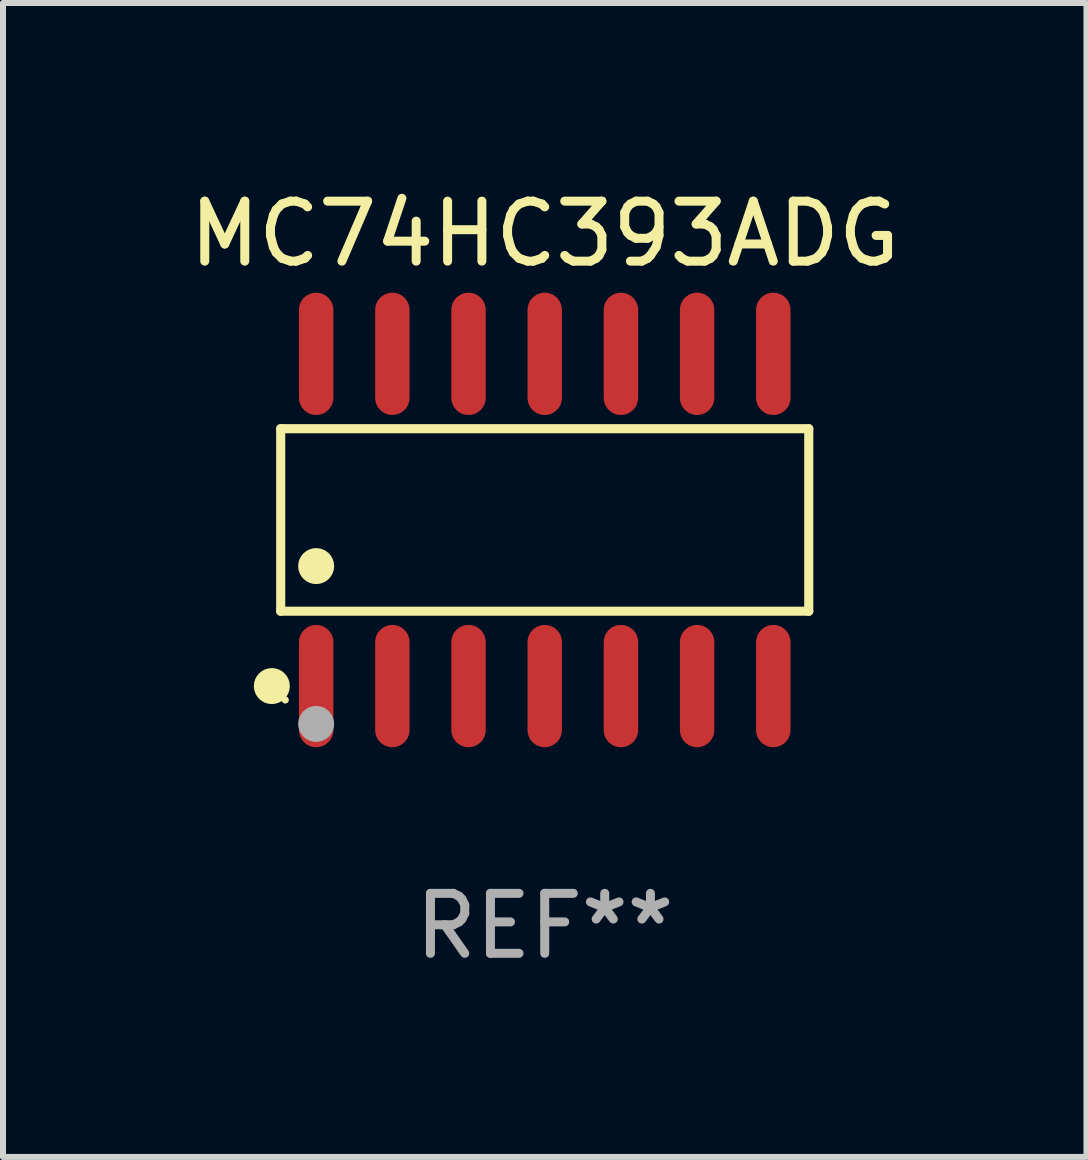
<source format=kicad_pcb>
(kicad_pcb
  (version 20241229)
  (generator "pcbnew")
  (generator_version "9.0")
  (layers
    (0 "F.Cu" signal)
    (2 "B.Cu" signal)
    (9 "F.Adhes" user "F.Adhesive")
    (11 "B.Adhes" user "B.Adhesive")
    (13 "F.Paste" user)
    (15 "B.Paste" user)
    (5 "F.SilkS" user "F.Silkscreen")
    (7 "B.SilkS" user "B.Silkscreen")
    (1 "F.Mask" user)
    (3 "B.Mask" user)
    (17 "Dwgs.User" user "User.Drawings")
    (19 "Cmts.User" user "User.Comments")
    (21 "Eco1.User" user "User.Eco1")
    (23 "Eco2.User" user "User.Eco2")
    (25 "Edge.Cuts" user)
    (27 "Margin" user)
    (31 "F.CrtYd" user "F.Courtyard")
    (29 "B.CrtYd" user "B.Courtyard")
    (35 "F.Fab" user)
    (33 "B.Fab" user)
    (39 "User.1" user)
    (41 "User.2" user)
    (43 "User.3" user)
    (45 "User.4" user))
  (footprint "MC74HC393ADG"
    (layer "F.Cu")
    (at 6.03 5.617)
    (property "Reference" "MC74HC393ADG" (at 0 -4.769 0) (layer "F.SilkS") (effects (font (size 1 1) (thickness 0.15))))
    (attr through_hole)
    (fp_line (start -4.401 -1.521) (end 4.401 -1.521) (stroke (width 0.152) (type solid)) (layer "F.SilkS"))
    (fp_line (start -4.401 1.521) (end -4.401 -1.521) (stroke (width 0.152) (type solid)) (layer "F.SilkS"))
    (fp_line (start 4.401 -1.521) (end 4.401 1.521) (stroke (width 0.152) (type solid)) (layer "F.SilkS"))
    (fp_line (start 4.401 1.521) (end -4.401 1.521) (stroke (width 0.152) (type solid)) (layer "F.SilkS"))
    (fp_circle (center -4.549 2.769) (end -4.399 2.769) (stroke (width 0.3) (type solid)) (fill no) (layer "F.SilkS"))
    (fp_circle (center -4.325 3) (end -4.295 3) (stroke (width 0.06) (type solid)) (fill no) (layer "F.SilkS"))
    (fp_circle (center -3.81 0.769) (end -3.66 0.769) (stroke (width 0.3) (type solid)) (fill no) (layer "F.SilkS"))
    (fp_circle (center -3.81 3.4) (end -3.66 3.4) (stroke (width 0.3) (type solid)) (fill no) (layer "F.Fab"))
    (fp_text user "REF**" (at 0 6.769 0) (layer "F.Fab") (effects (font (size 1 1) (thickness 0.15))))
    (pad "1" smd oval (at -3.81 2.769) (size 0.574 2.038) (layers "F.Cu" "F.Mask" "F.Paste"))
    (pad "2" smd oval (at -2.54 2.769) (size 0.574 2.038) (layers "F.Cu" "F.Mask" "F.Paste"))
    (pad "3" smd oval (at -1.27 2.769) (size 0.574 2.038) (layers "F.Cu" "F.Mask" "F.Paste"))
    (pad "4" smd oval (at 0 2.769) (size 0.574 2.038) (layers "F.Cu" "F.Mask" "F.Paste"))
    (pad "5" smd oval (at 1.27 2.769) (size 0.574 2.038) (layers "F.Cu" "F.Mask" "F.Paste"))
    (pad "6" smd oval (at 2.54 2.769) (size 0.574 2.038) (layers "F.Cu" "F.Mask" "F.Paste"))
    (pad "7" smd oval (at 3.81 2.769) (size 0.574 2.038) (layers "F.Cu" "F.Mask" "F.Paste"))
    (pad "8" smd oval (at 3.81 -2.769) (size 0.574 2.038) (layers "F.Cu" "F.Mask" "F.Paste"))
    (pad "9" smd oval (at 2.54 -2.769) (size 0.574 2.038) (layers "F.Cu" "F.Mask" "F.Paste"))
    (pad "10" smd oval (at 1.27 -2.769) (size 0.574 2.038) (layers "F.Cu" "F.Mask" "F.Paste"))
    (pad "11" smd oval (at 0 -2.769) (size 0.574 2.038) (layers "F.Cu" "F.Mask" "F.Paste"))
    (pad "12" smd oval (at -1.27 -2.769) (size 0.574 2.038) (layers "F.Cu" "F.Mask" "F.Paste"))
    (pad "13" smd oval (at -2.54 -2.769) (size 0.574 2.038) (layers "F.Cu" "F.Mask" "F.Paste"))
    (pad "14" smd oval (at -3.81 -2.769) (size 0.574 2.038) (layers "F.Cu" "F.Mask" "F.Paste")))
  (gr_rect
    (start -3 -3)
    (end 15.06 16.235)
    (stroke (width 0.1) (type default))
    (fill no)
    (layer "Edge.Cuts")))
</source>
